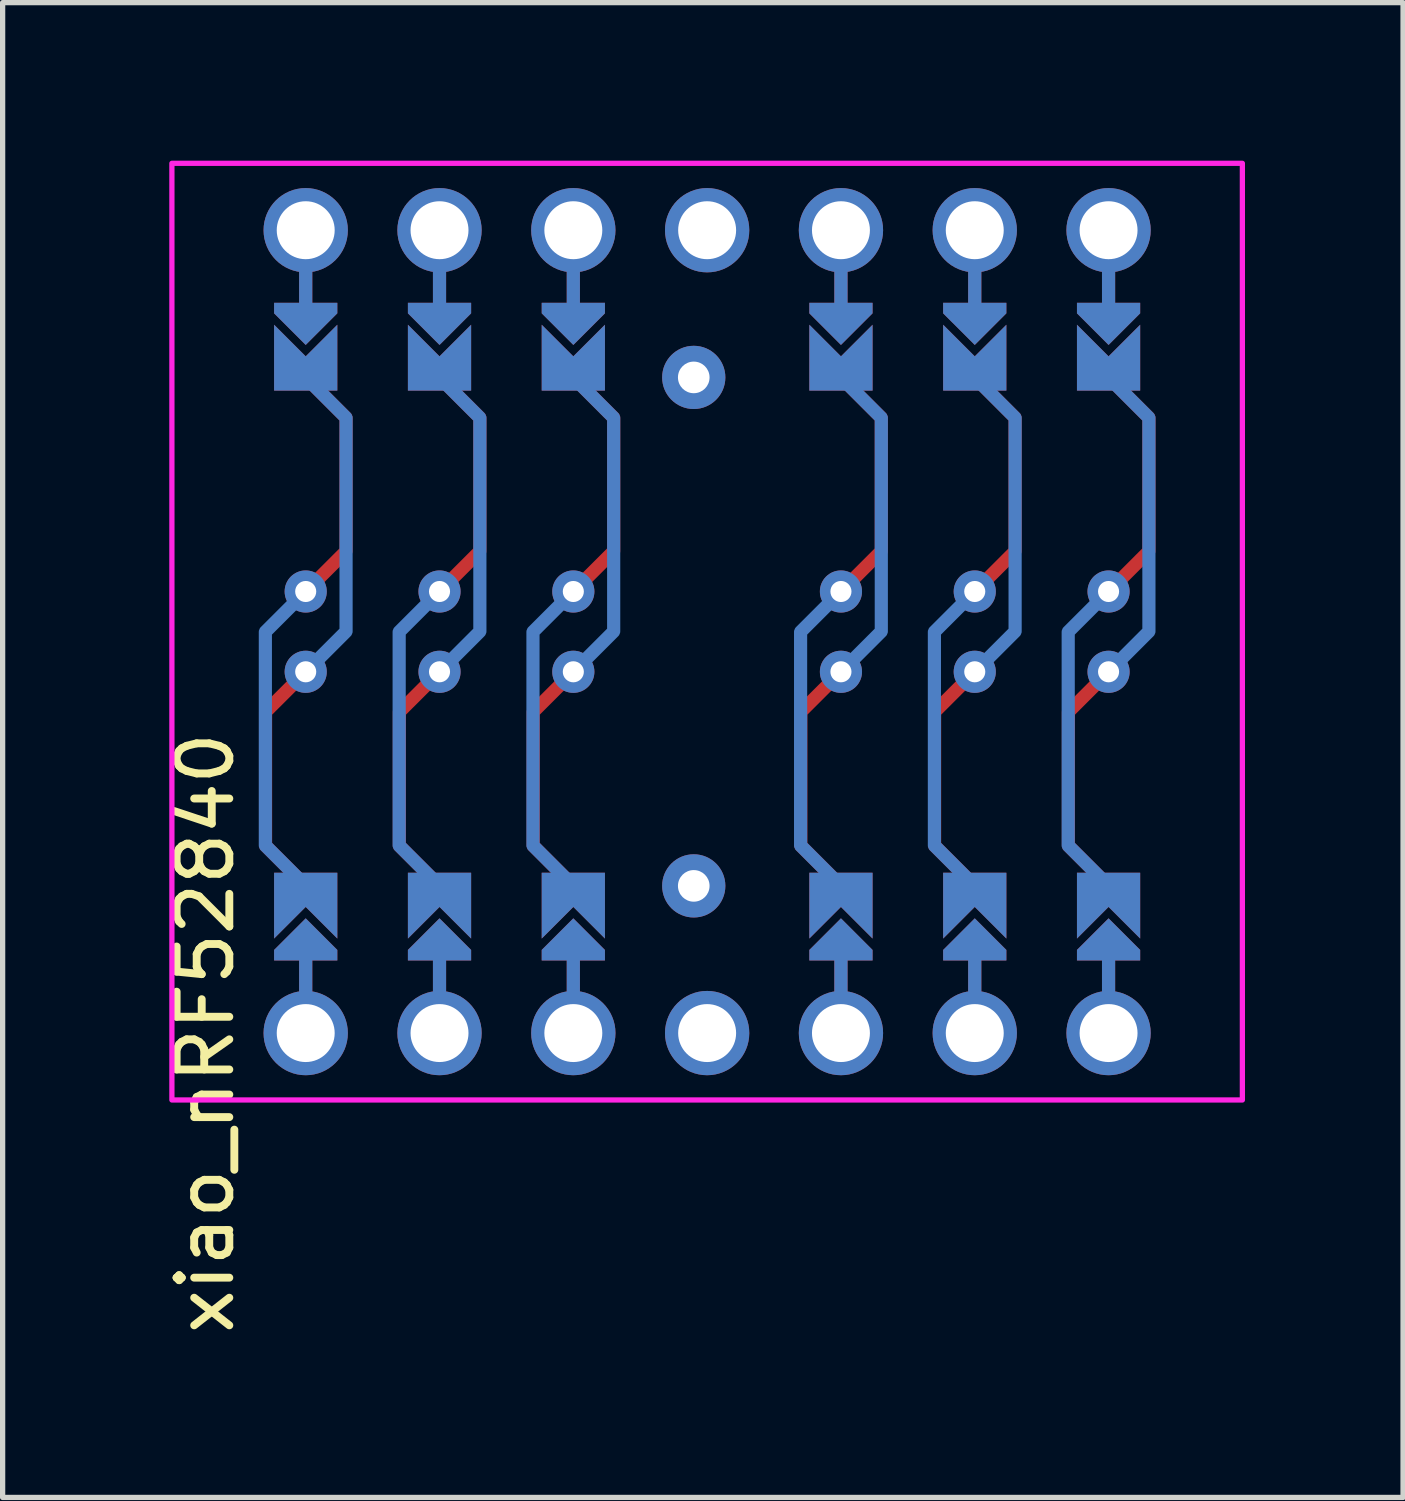
<source format=kicad_pcb>
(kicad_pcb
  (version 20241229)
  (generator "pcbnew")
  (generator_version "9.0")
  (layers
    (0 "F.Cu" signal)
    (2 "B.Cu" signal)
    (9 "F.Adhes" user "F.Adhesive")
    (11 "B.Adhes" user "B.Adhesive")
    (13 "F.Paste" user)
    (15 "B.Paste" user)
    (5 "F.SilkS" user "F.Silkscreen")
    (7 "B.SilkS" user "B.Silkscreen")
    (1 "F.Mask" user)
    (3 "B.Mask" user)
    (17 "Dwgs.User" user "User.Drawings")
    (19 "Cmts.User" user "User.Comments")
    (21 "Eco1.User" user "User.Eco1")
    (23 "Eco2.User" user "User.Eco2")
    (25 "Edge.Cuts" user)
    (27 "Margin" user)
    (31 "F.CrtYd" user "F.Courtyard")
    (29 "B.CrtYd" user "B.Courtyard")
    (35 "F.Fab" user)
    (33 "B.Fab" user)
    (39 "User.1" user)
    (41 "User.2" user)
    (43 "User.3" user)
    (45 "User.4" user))
  (footprint "xiao_nRF52840"
    (layer "F.Cu")
    (at 10.373 8.94)
    (property "Reference" "xiao_nRF52840" (at -9.525 7.62 90) (layer "F.SilkS") (effects (font (size 1 1) (thickness 0.15))))
    (attr through_hole)
    (fp_circle (center -7.62 -0.762) (end -7.495 -0.762) (stroke (width 0.25) (type solid)) (fill no) (layer "F.Mask"))
    (fp_circle (center -7.62 0.762) (end -7.495 0.762) (stroke (width 0.25) (type solid)) (fill no) (layer "F.Mask"))
    (fp_circle (center -5.08 -0.762) (end -4.955 -0.762) (stroke (width 0.25) (type solid)) (fill no) (layer "F.Mask"))
    (fp_circle (center -5.08 0.762) (end -4.955 0.762) (stroke (width 0.25) (type solid)) (fill no) (layer "F.Mask"))
    (fp_circle (center -2.54 -0.762) (end -2.415 -0.762) (stroke (width 0.25) (type solid)) (fill no) (layer "F.Mask"))
    (fp_circle (center -2.54 0.762) (end -2.415 0.762) (stroke (width 0.25) (type solid)) (fill no) (layer "F.Mask"))
    (fp_circle (center 2.54 -0.762) (end 2.665 -0.762) (stroke (width 0.25) (type solid)) (fill no) (layer "F.Mask"))
    (fp_circle (center 2.54 0.762) (end 2.665 0.762) (stroke (width 0.25) (type solid)) (fill no) (layer "F.Mask"))
    (fp_circle (center 5.08 -0.762) (end 5.205 -0.762) (stroke (width 0.25) (type solid)) (fill no) (layer "F.Mask"))
    (fp_circle (center 5.08 0.762) (end 5.205 0.762) (stroke (width 0.25) (type solid)) (fill no) (layer "F.Mask"))
    (fp_circle (center 7.62 -0.762) (end 7.745 -0.762) (stroke (width 0.25) (type solid)) (fill no) (layer "F.Mask"))
    (fp_circle (center 7.62 0.762) (end 7.745 0.762) (stroke (width 0.25) (type solid)) (fill no) (layer "F.Mask"))
    (fp_poly (pts (xy -8.128 5.08) (xy -7.112 5.08) (xy -7.112 6.096) (xy -8.128 6.096)) (stroke (width 0.1) (type solid)) (fill yes) (layer "F.Mask"))
    (fp_poly (pts (xy -7.112 -5.08) (xy -8.128 -5.08) (xy -8.128 -6.096) (xy -7.112 -6.096)) (stroke (width 0.1) (type solid)) (fill yes) (layer "F.Mask"))
    (fp_poly (pts (xy -5.588 5.08) (xy -4.572 5.08) (xy -4.572 6.096) (xy -5.588 6.096)) (stroke (width 0.1) (type solid)) (fill yes) (layer "F.Mask"))
    (fp_poly (pts (xy -4.572 -5.08) (xy -5.588 -5.08) (xy -5.588 -6.096) (xy -4.572 -6.096)) (stroke (width 0.1) (type solid)) (fill yes) (layer "F.Mask"))
    (fp_poly (pts (xy -3.048 5.08) (xy -2.032 5.08) (xy -2.032 6.096) (xy -3.048 6.096)) (stroke (width 0.1) (type solid)) (fill yes) (layer "F.Mask"))
    (fp_poly (pts (xy -2.032 -5.08) (xy -3.048 -5.08) (xy -3.048 -6.096) (xy -2.032 -6.096)) (stroke (width 0.1) (type solid)) (fill yes) (layer "F.Mask"))
    (fp_poly (pts (xy 2.032 5.08) (xy 3.048 5.08) (xy 3.048 6.096) (xy 2.032 6.096)) (stroke (width 0.1) (type solid)) (fill yes) (layer "F.Mask"))
    (fp_poly (pts (xy 3.048 -5.08) (xy 2.032 -5.08) (xy 2.032 -6.096) (xy 3.048 -6.096)) (stroke (width 0.1) (type solid)) (fill yes) (layer "F.Mask"))
    (fp_poly (pts (xy 4.572 5.08) (xy 5.588 5.08) (xy 5.588 6.096) (xy 4.572 6.096)) (stroke (width 0.1) (type solid)) (fill yes) (layer "F.Mask"))
    (fp_poly (pts (xy 5.588 -5.08) (xy 4.572 -5.08) (xy 4.572 -6.096) (xy 5.588 -6.096)) (stroke (width 0.1) (type solid)) (fill yes) (layer "F.Mask"))
    (fp_poly (pts (xy 7.112 5.08) (xy 8.128 5.08) (xy 8.128 6.096) (xy 7.112 6.096)) (stroke (width 0.1) (type solid)) (fill yes) (layer "F.Mask"))
    (fp_poly (pts (xy 8.128 -5.08) (xy 7.112 -5.08) (xy 7.112 -6.096) (xy 8.128 -6.096)) (stroke (width 0.1) (type solid)) (fill yes) (layer "F.Mask"))
    (fp_circle (center -7.62 -0.762) (end -7.495 -0.762) (stroke (width 0.25) (type solid)) (fill no) (layer "B.Mask"))
    (fp_circle (center -7.62 0.762) (end -7.495 0.762) (stroke (width 0.25) (type solid)) (fill no) (layer "B.Mask"))
    (fp_circle (center -5.08 -0.762) (end -4.955 -0.762) (stroke (width 0.25) (type solid)) (fill no) (layer "B.Mask"))
    (fp_circle (center -5.08 0.762) (end -4.955 0.762) (stroke (width 0.25) (type solid)) (fill no) (layer "B.Mask"))
    (fp_circle (center -2.54 -0.762) (end -2.415 -0.762) (stroke (width 0.25) (type solid)) (fill no) (layer "B.Mask"))
    (fp_circle (center -2.54 0.762) (end -2.415 0.762) (stroke (width 0.25) (type solid)) (fill no) (layer "B.Mask"))
    (fp_circle (center 2.54 -0.762) (end 2.665 -0.762) (stroke (width 0.25) (type solid)) (fill no) (layer "B.Mask"))
    (fp_circle (center 2.54 0.762) (end 2.665 0.762) (stroke (width 0.25) (type solid)) (fill no) (layer "B.Mask"))
    (fp_circle (center 5.08 -0.762) (end 5.205 -0.762) (stroke (width 0.25) (type solid)) (fill no) (layer "B.Mask"))
    (fp_circle (center 5.08 0.762) (end 5.205 0.762) (stroke (width 0.25) (type solid)) (fill no) (layer "B.Mask"))
    (fp_circle (center 7.62 -0.762) (end 7.745 -0.762) (stroke (width 0.25) (type solid)) (fill no) (layer "B.Mask"))
    (fp_circle (center 7.62 0.762) (end 7.745 0.762) (stroke (width 0.25) (type solid)) (fill no) (layer "B.Mask"))
    (fp_poly (pts (xy -8.128 5.08) (xy -7.112 5.08) (xy -7.112 6.096) (xy -8.128 6.096)) (stroke (width 0.1) (type solid)) (fill yes) (layer "B.Mask"))
    (fp_poly (pts (xy -7.112 -5.08) (xy -8.128 -5.08) (xy -8.128 -6.096) (xy -7.112 -6.096)) (stroke (width 0.1) (type solid)) (fill yes) (layer "B.Mask"))
    (fp_poly (pts (xy -5.588 5.08) (xy -4.572 5.08) (xy -4.572 6.096) (xy -5.588 6.096)) (stroke (width 0.1) (type solid)) (fill yes) (layer "B.Mask"))
    (fp_poly (pts (xy -4.572 -5.08) (xy -5.588 -5.08) (xy -5.588 -6.096) (xy -4.572 -6.096)) (stroke (width 0.1) (type solid)) (fill yes) (layer "B.Mask"))
    (fp_poly (pts (xy -3.048 5.08) (xy -2.032 5.08) (xy -2.032 6.096) (xy -3.048 6.096)) (stroke (width 0.1) (type solid)) (fill yes) (layer "B.Mask"))
    (fp_poly (pts (xy -2.032 -5.08) (xy -3.048 -5.08) (xy -3.048 -6.096) (xy -2.032 -6.096)) (stroke (width 0.1) (type solid)) (fill yes) (layer "B.Mask"))
    (fp_poly (pts (xy 2.032 5.08) (xy 3.048 5.08) (xy 3.048 6.096) (xy 2.032 6.096)) (stroke (width 0.1) (type solid)) (fill yes) (layer "B.Mask"))
    (fp_poly (pts (xy 3.048 -5.08) (xy 2.032 -5.08) (xy 2.032 -6.096) (xy 3.048 -6.096)) (stroke (width 0.1) (type solid)) (fill yes) (layer "B.Mask"))
    (fp_poly (pts (xy 4.572 5.08) (xy 5.588 5.08) (xy 5.588 6.096) (xy 4.572 6.096)) (stroke (width 0.1) (type solid)) (fill yes) (layer "B.Mask"))
    (fp_poly (pts (xy 5.588 -5.08) (xy 4.572 -5.08) (xy 4.572 -6.096) (xy 5.588 -6.096)) (stroke (width 0.1) (type solid)) (fill yes) (layer "B.Mask"))
    (fp_poly (pts (xy 7.112 5.08) (xy 8.128 5.08) (xy 8.128 6.096) (xy 7.112 6.096)) (stroke (width 0.1) (type solid)) (fill yes) (layer "B.Mask"))
    (fp_poly (pts (xy 8.128 -5.08) (xy 7.112 -5.08) (xy 7.112 -6.096) (xy 8.128 -6.096)) (stroke (width 0.1) (type solid)) (fill yes) (layer "B.Mask"))
    (fp_rect (start -10.16 -8.89) (end 10.16 8.89) (stroke (width 0.1) (type default)) (fill no) (layer "F.CrtYd"))
    (pad "" thru_hole circle (at -7.62 -7.62) (size 1.6 1.6) (drill 1.1) (layers "*.Cu" "B.Mask"))
    (pad "" smd custom (at -7.62 -6.35) (size 0.25 1) (layers "F.Cu") (options (anchor rect)) (primitives))
    (pad "" smd custom (at -7.62 -6.35) (size 0.25 1) (layers "B.Cu") (options (anchor rect)) (primitives))
    (pad "" smd custom (at -7.62 -5.842) (size 0.1 0.1) (layers "F.Cu" "F.Mask") (options (anchor rect)) (primitives (gr_poly (pts (xy 0.6 -0.4) (xy -0.6 -0.4) (xy -0.6 -0.2) (xy 0 0.4) (xy 0.6 -0.2)) (width 0) (fill yes))))
    (pad "" smd custom (at -7.62 -5.842) (size 0.1 0.1) (layers "B.Cu" "B.Mask") (options (anchor rect)) (primitives (gr_poly (pts (xy 0.6 -0.4) (xy -0.6 -0.4) (xy -0.6 -0.2) (xy 0 0.4) (xy 0.6 -0.2)) (width 0) (fill yes))))
    (pad "" smd custom (at -7.62 5.842 180) (size 0.1 0.1) (layers "F.Cu" "F.Mask") (options (anchor rect)) (primitives (gr_poly (pts (xy 0.6 -0.4) (xy -0.6 -0.4) (xy -0.6 -0.2) (xy 0 0.4) (xy 0.6 -0.2)) (width 0) (fill yes))))
    (pad "" smd custom (at -7.62 5.842 180) (size 0.1 0.1) (layers "B.Cu" "B.Mask") (options (anchor rect)) (primitives (gr_poly (pts (xy 0.6 -0.4) (xy -0.6 -0.4) (xy -0.6 -0.2) (xy 0 0.4) (xy 0.6 -0.2)) (width 0) (fill yes))))
    (pad "" smd custom (at -7.62 6.35 180) (size 0.25 1) (layers "F.Cu") (options (anchor rect)) (primitives))
    (pad "" smd custom (at -7.62 6.35 180) (size 0.25 1) (layers "B.Cu") (options (anchor rect)) (primitives))
    (pad "" thru_hole circle (at -7.62 7.62) (size 1.6 1.6) (drill 1.1) (layers "*.Cu" "*.Mask"))
    (pad "" thru_hole circle (at -5.08 -7.62) (size 1.6 1.6) (drill 1.1) (layers "*.Cu" "*.Mask"))
    (pad "" smd custom (at -5.08 -6.35) (size 0.25 1) (layers "F.Cu") (options (anchor rect)) (primitives))
    (pad "" smd custom (at -5.08 -6.35) (size 0.25 1) (layers "B.Cu") (options (anchor rect)) (primitives))
    (pad "" smd custom (at -5.08 -5.842) (size 0.1 0.1) (layers "F.Cu" "F.Mask") (options (anchor rect)) (primitives (gr_poly (pts (xy 0.6 -0.4) (xy -0.6 -0.4) (xy -0.6 -0.2) (xy 0 0.4) (xy 0.6 -0.2)) (width 0) (fill yes))))
    (pad "" smd custom (at -5.08 -5.842) (size 0.1 0.1) (layers "B.Cu" "B.Mask") (options (anchor rect)) (primitives (gr_poly (pts (xy 0.6 -0.4) (xy -0.6 -0.4) (xy -0.6 -0.2) (xy 0 0.4) (xy 0.6 -0.2)) (width 0) (fill yes))))
    (pad "" smd custom (at -5.08 5.842 180) (size 0.1 0.1) (layers "F.Cu" "F.Mask") (options (anchor rect)) (primitives (gr_poly (pts (xy 0.6 -0.4) (xy -0.6 -0.4) (xy -0.6 -0.2) (xy 0 0.4) (xy 0.6 -0.2)) (width 0) (fill yes))))
    (pad "" smd custom (at -5.08 5.842 180) (size 0.1 0.1) (layers "B.Cu" "B.Mask") (options (anchor rect)) (primitives (gr_poly (pts (xy 0.6 -0.4) (xy -0.6 -0.4) (xy -0.6 -0.2) (xy 0 0.4) (xy 0.6 -0.2)) (width 0) (fill yes))))
    (pad "" smd custom (at -5.08 6.35 180) (size 0.25 1) (layers "F.Cu") (options (anchor rect)) (primitives))
    (pad "" smd custom (at -5.08 6.35 180) (size 0.25 1) (layers "B.Cu") (options (anchor rect)) (primitives))
    (pad "" thru_hole circle (at -5.08 7.62) (size 1.6 1.6) (drill 1.1) (layers "*.Cu" "*.Mask"))
    (pad "" thru_hole circle (at -2.54 -7.62) (size 1.6 1.6) (drill 1.1) (layers "*.Cu" "*.Mask"))
    (pad "" smd custom (at -2.54 -6.35) (size 0.25 1) (layers "F.Cu") (options (anchor rect)) (primitives))
    (pad "" smd custom (at -2.54 -6.35) (size 0.25 1) (layers "B.Cu") (options (anchor rect)) (primitives))
    (pad "" smd custom (at -2.54 -5.842) (size 0.1 0.1) (layers "F.Cu" "F.Mask") (options (anchor rect)) (primitives (gr_poly (pts (xy 0.6 -0.4) (xy -0.6 -0.4) (xy -0.6 -0.2) (xy 0 0.4) (xy 0.6 -0.2)) (width 0) (fill yes))))
    (pad "" smd custom (at -2.54 -5.842) (size 0.1 0.1) (layers "B.Cu" "B.Mask") (options (anchor rect)) (primitives (gr_poly (pts (xy 0.6 -0.4) (xy -0.6 -0.4) (xy -0.6 -0.2) (xy 0 0.4) (xy 0.6 -0.2)) (width 0) (fill yes))))
    (pad "" smd custom (at -2.54 5.842 180) (size 0.1 0.1) (layers "F.Cu" "F.Mask") (options (anchor rect)) (primitives (gr_poly (pts (xy 0.6 -0.4) (xy -0.6 -0.4) (xy -0.6 -0.2) (xy 0 0.4) (xy 0.6 -0.2)) (width 0) (fill yes))))
    (pad "" smd custom (at -2.54 5.842 180) (size 0.1 0.1) (layers "B.Cu" "B.Mask") (options (anchor rect)) (primitives (gr_poly (pts (xy 0.6 -0.4) (xy -0.6 -0.4) (xy -0.6 -0.2) (xy 0 0.4) (xy 0.6 -0.2)) (width 0) (fill yes))))
    (pad "" smd custom (at -2.54 6.35 180) (size 0.25 1) (layers "F.Cu") (options (anchor rect)) (primitives))
    (pad "" smd custom (at -2.54 6.35 180) (size 0.25 1) (layers "B.Cu") (options (anchor rect)) (primitives))
    (pad "" thru_hole circle (at -2.54 7.62) (size 1.6 1.6) (drill 1.1) (layers "*.Cu" "*.Mask"))
    (pad "" thru_hole circle (at 0 -7.62) (size 1.6 1.6) (drill 1.1) (layers "*.Cu" "*.Mask"))
    (pad "" thru_hole circle (at 0 7.62) (size 1.6 1.6) (drill 1.1) (layers "*.Cu" "*.Mask"))
    (pad "" thru_hole circle (at 2.54 -7.62) (size 1.6 1.6) (drill 1.1) (layers "*.Cu" "*.Mask"))
    (pad "" smd custom (at 2.54 -6.35) (size 0.25 1) (layers "F.Cu") (options (anchor rect)) (primitives))
    (pad "" smd custom (at 2.54 -6.35) (size 0.25 1) (layers "B.Cu") (options (anchor rect)) (primitives))
    (pad "" smd custom (at 2.54 -5.842) (size 0.1 0.1) (layers "F.Cu" "F.Mask") (options (anchor rect)) (primitives (gr_poly (pts (xy 0.6 -0.4) (xy -0.6 -0.4) (xy -0.6 -0.2) (xy 0 0.4) (xy 0.6 -0.2)) (width 0) (fill yes))))
    (pad "" smd custom (at 2.54 -5.842) (size 0.1 0.1) (layers "B.Cu" "B.Mask") (options (anchor rect)) (primitives (gr_poly (pts (xy 0.6 -0.4) (xy -0.6 -0.4) (xy -0.6 -0.2) (xy 0 0.4) (xy 0.6 -0.2)) (width 0) (fill yes))))
    (pad "" smd custom (at 2.54 5.842 180) (size 0.1 0.1) (layers "F.Cu" "F.Mask") (options (anchor rect)) (primitives (gr_poly (pts (xy 0.6 -0.4) (xy -0.6 -0.4) (xy -0.6 -0.2) (xy 0 0.4) (xy 0.6 -0.2)) (width 0) (fill yes))))
    (pad "" smd custom (at 2.54 5.842 180) (size 0.1 0.1) (layers "B.Cu" "B.Mask") (options (anchor rect)) (primitives (gr_poly (pts (xy 0.6 -0.4) (xy -0.6 -0.4) (xy -0.6 -0.2) (xy 0 0.4) (xy 0.6 -0.2)) (width 0) (fill yes))))
    (pad "" smd custom (at 2.54 6.35 180) (size 0.25 1) (layers "F.Cu") (options (anchor rect)) (primitives))
    (pad "" smd custom (at 2.54 6.35 180) (size 0.25 1) (layers "B.Cu") (options (anchor rect)) (primitives))
    (pad "" thru_hole circle (at 2.54 7.62) (size 1.6 1.6) (drill 1.1) (layers "*.Cu" "*.Mask"))
    (pad "" thru_hole circle (at 5.08 -7.62) (size 1.6 1.6) (drill 1.1) (layers "*.Cu" "*.Mask"))
    (pad "" smd custom (at 5.08 -6.35) (size 0.25 1) (layers "F.Cu") (options (anchor rect)) (primitives))
    (pad "" smd custom (at 5.08 -6.35) (size 0.25 1) (layers "B.Cu") (options (anchor rect)) (primitives))
    (pad "" smd custom (at 5.08 -5.842) (size 0.1 0.1) (layers "F.Cu" "F.Mask") (options (anchor rect)) (primitives (gr_poly (pts (xy 0.6 -0.4) (xy -0.6 -0.4) (xy -0.6 -0.2) (xy 0 0.4) (xy 0.6 -0.2)) (width 0) (fill yes))))
    (pad "" smd custom (at 5.08 -5.842) (size 0.1 0.1) (layers "B.Cu" "B.Mask") (options (anchor rect)) (primitives (gr_poly (pts (xy 0.6 -0.4) (xy -0.6 -0.4) (xy -0.6 -0.2) (xy 0 0.4) (xy 0.6 -0.2)) (width 0) (fill yes))))
    (pad "" smd custom (at 5.08 5.842 180) (size 0.1 0.1) (layers "F.Cu" "F.Mask") (options (anchor rect)) (primitives (gr_poly (pts (xy 0.6 -0.4) (xy -0.6 -0.4) (xy -0.6 -0.2) (xy 0 0.4) (xy 0.6 -0.2)) (width 0) (fill yes))))
    (pad "" smd custom (at 5.08 5.842 180) (size 0.1 0.1) (layers "B.Cu" "B.Mask") (options (anchor rect)) (primitives (gr_poly (pts (xy 0.6 -0.4) (xy -0.6 -0.4) (xy -0.6 -0.2) (xy 0 0.4) (xy 0.6 -0.2)) (width 0) (fill yes))))
    (pad "" smd custom (at 5.08 6.35 180) (size 0.25 1) (layers "F.Cu") (options (anchor rect)) (primitives))
    (pad "" smd custom (at 5.08 6.35 180) (size 0.25 1) (layers "B.Cu") (options (anchor rect)) (primitives))
    (pad "" thru_hole circle (at 5.08 7.62) (size 1.6 1.6) (drill 1.1) (layers "*.Cu" "*.Mask"))
    (pad "" thru_hole circle (at 7.62 -7.62) (size 1.6 1.6) (drill 1.1) (layers "*.Cu" "*.Mask"))
    (pad "" smd custom (at 7.62 -6.35) (size 0.25 1) (layers "F.Cu") (options (anchor rect)) (primitives))
    (pad "" smd custom (at 7.62 -6.35) (size 0.25 1) (layers "B.Cu") (options (anchor rect)) (primitives))
    (pad "" smd custom (at 7.62 -5.842) (size 0.1 0.1) (layers "F.Cu" "F.Mask") (options (anchor rect)) (primitives (gr_poly (pts (xy 0.6 -0.4) (xy -0.6 -0.4) (xy -0.6 -0.2) (xy 0 0.4) (xy 0.6 -0.2)) (width 0) (fill yes))))
    (pad "" smd custom (at 7.62 -5.842) (size 0.1 0.1) (layers "B.Cu" "B.Mask") (options (anchor rect)) (primitives (gr_poly (pts (xy 0.6 -0.4) (xy -0.6 -0.4) (xy -0.6 -0.2) (xy 0 0.4) (xy 0.6 -0.2)) (width 0) (fill yes))))
    (pad "" smd custom (at 7.62 5.842 180) (size 0.1 0.1) (layers "F.Cu" "F.Mask") (options (anchor rect)) (primitives (gr_poly (pts (xy 0.6 -0.4) (xy -0.6 -0.4) (xy -0.6 -0.2) (xy 0 0.4) (xy 0.6 -0.2)) (width 0) (fill yes))))
    (pad "" smd custom (at 7.62 5.842 180) (size 0.1 0.1) (layers "B.Cu" "B.Mask") (options (anchor rect)) (primitives (gr_poly (pts (xy 0.6 -0.4) (xy -0.6 -0.4) (xy -0.6 -0.2) (xy 0 0.4) (xy 0.6 -0.2)) (width 0) (fill yes))))
    (pad "" smd custom (at 7.62 6.35 180) (size 0.25 1) (layers "F.Cu") (options (anchor rect)) (primitives))
    (pad "" smd custom (at 7.62 6.35 180) (size 0.25 1) (layers "B.Cu") (options (anchor rect)) (primitives))
    (pad "" thru_hole circle (at 7.62 7.62) (size 1.6 1.6) (drill 1.1) (layers "*.Cu" "*.Mask"))
    (pad "1" smd custom (at -7.62 -4.826) (size 1.2 0.5) (layers "B.Cu" "B.Mask") (options (anchor rect)) (primitives (gr_poly (pts (xy 0.6 0) (xy -0.6 0) (xy -0.6 -1) (xy 0 -0.4) (xy 0.6 -1)) (width 0) (fill yes))))
    (pad "1" smd custom (at -7.62 0.762 180) (size 0.25 0.25) (layers "F.Cu") (options (anchor circle)) (primitives (gr_line (start 0 0) (end 0.762 -0.762) (width 0.25)) (gr_line (start 0.762 -0.762) (end 0.762 -3.302) (width 0.25)) (gr_line (start 0.762 -3.302) (end 0 -4.064) (width 0.25))))
    (pad "1" smd custom (at -7.62 0.762 180) (size 0.25 0.25) (layers "B.Cu") (options (anchor circle)) (primitives (gr_line (start 0 0) (end -0.766 0.766) (width 0.25)) (gr_line (start -0.766 0.766) (end -0.766 4.822) (width 0.25)) (gr_line (start -0.766 4.822) (end 0 5.588) (width 0.25))))
    (pad "1" thru_hole circle (at -7.62 0.762 180) (size 0.8 0.8) (drill 0.4) (layers "*.Cu"))
    (pad "1" smd custom (at -7.62 4.826 180) (size 1.2 0.5) (layers "F.Cu" "F.Mask") (options (anchor rect)) (primitives (gr_poly (pts (xy 0.6 0) (xy -0.6 0) (xy -0.6 -1) (xy 0 -0.4) (xy 0.6 -1)) (width 0) (fill yes))))
    (pad "2" smd custom (at -5.08 -4.826) (size 1.2 0.5) (layers "B.Cu" "B.Mask") (options (anchor rect)) (primitives (gr_poly (pts (xy 0.6 0) (xy -0.6 0) (xy -0.6 -1) (xy 0 -0.4) (xy 0.6 -1)) (width 0) (fill yes))))
    (pad "2" smd custom (at -5.08 0.762 180) (size 0.25 0.25) (layers "F.Cu") (options (anchor circle)) (primitives (gr_line (start 0 0) (end 0.762 -0.762) (width 0.25)) (gr_line (start 0.762 -0.762) (end 0.762 -3.302) (width 0.25)) (gr_line (start 0.762 -3.302) (end 0 -4.064) (width 0.25))))
    (pad "2" smd custom (at -5.08 0.762 180) (size 0.25 0.25) (layers "B.Cu") (options (anchor circle)) (primitives (gr_line (start 0 0) (end -0.766 0.766) (width 0.25)) (gr_line (start -0.766 0.766) (end -0.766 4.822) (width 0.25)) (gr_line (start -0.766 4.822) (end 0 5.588) (width 0.25))))
    (pad "2" thru_hole circle (at -5.08 0.762 180) (size 0.8 0.8) (drill 0.4) (layers "*.Cu"))
    (pad "2" smd custom (at -5.08 4.826 180) (size 1.2 0.5) (layers "F.Cu" "F.Mask") (options (anchor rect)) (primitives (gr_poly (pts (xy 0.6 0) (xy -0.6 0) (xy -0.6 -1) (xy 0 -0.4) (xy 0.6 -1)) (width 0) (fill yes))))
    (pad "3" smd custom (at -2.54 -4.826) (size 1.2 0.5) (layers "B.Cu" "B.Mask") (options (anchor rect)) (primitives (gr_poly (pts (xy 0.6 0) (xy -0.6 0) (xy -0.6 -1) (xy 0 -0.4) (xy 0.6 -1)) (width 0) (fill yes))))
    (pad "3" smd custom (at -2.54 0.762 180) (size 0.25 0.25) (layers "F.Cu") (options (anchor circle)) (primitives (gr_line (start 0 0) (end 0.762 -0.762) (width 0.25)) (gr_line (start 0.762 -0.762) (end 0.762 -3.302) (width 0.25)) (gr_line (start 0.762 -3.302) (end 0 -4.064) (width 0.25))))
    (pad "3" smd custom (at -2.54 0.762 180) (size 0.25 0.25) (layers "B.Cu") (options (anchor circle)) (primitives (gr_line (start 0 0) (end -0.766 0.766) (width 0.25)) (gr_line (start -0.766 0.766) (end -0.766 4.822) (width 0.25)) (gr_line (start -0.766 4.822) (end 0 5.588) (width 0.25))))
    (pad "3" thru_hole circle (at -2.54 0.762 180) (size 0.8 0.8) (drill 0.4) (layers "*.Cu"))
    (pad "3" smd custom (at -2.54 4.826 180) (size 1.2 0.5) (layers "F.Cu" "F.Mask") (options (anchor rect)) (primitives (gr_poly (pts (xy 0.6 0) (xy -0.6 0) (xy -0.6 -1) (xy 0 -0.4) (xy 0.6 -1)) (width 0) (fill yes))))
    (pad "5" smd custom (at 2.54 -4.826) (size 1.2 0.5) (layers "B.Cu" "B.Mask") (options (anchor rect)) (primitives (gr_poly (pts (xy 0.6 0) (xy -0.6 0) (xy -0.6 -1) (xy 0 -0.4) (xy 0.6 -1)) (width 0) (fill yes))))
    (pad "5" smd custom (at 2.54 0.762 180) (size 0.25 0.25) (layers "F.Cu") (options (anchor circle)) (primitives (gr_line (start 0 0) (end 0.762 -0.762) (width 0.25)) (gr_line (start 0.762 -0.762) (end 0.762 -3.302) (width 0.25)) (gr_line (start 0.762 -3.302) (end 0 -4.064) (width 0.25))))
    (pad "5" smd custom (at 2.54 0.762 180) (size 0.25 0.25) (layers "B.Cu") (options (anchor circle)) (primitives (gr_line (start 0 0) (end -0.766 0.766) (width 0.25)) (gr_line (start -0.766 0.766) (end -0.766 4.822) (width 0.25)) (gr_line (start -0.766 4.822) (end 0 5.588) (width 0.25))))
    (pad "5" thru_hole circle (at 2.54 0.762 180) (size 0.8 0.8) (drill 0.4) (layers "*.Cu"))
    (pad "5" smd custom (at 2.54 4.826 180) (size 1.2 0.5) (layers "F.Cu" "F.Mask") (options (anchor rect)) (primitives (gr_poly (pts (xy 0.6 0) (xy -0.6 0) (xy -0.6 -1) (xy 0 -0.4) (xy 0.6 -1)) (width 0) (fill yes))))
    (pad "6" smd custom (at 5.08 -4.826) (size 1.2 0.5) (layers "B.Cu" "B.Mask") (options (anchor rect)) (primitives (gr_poly (pts (xy 0.6 0) (xy -0.6 0) (xy -0.6 -1) (xy 0 -0.4) (xy 0.6 -1)) (width 0) (fill yes))))
    (pad "6" smd custom (at 5.08 0.762 180) (size 0.25 0.25) (layers "F.Cu") (options (anchor circle)) (primitives (gr_line (start 0 0) (end 0.762 -0.762) (width 0.25)) (gr_line (start 0.762 -0.762) (end 0.762 -3.302) (width 0.25)) (gr_line (start 0.762 -3.302) (end 0 -4.064) (width 0.25))))
    (pad "6" smd custom (at 5.08 0.762 180) (size 0.25 0.25) (layers "B.Cu") (options (anchor circle)) (primitives (gr_line (start 0 0) (end -0.766 0.766) (width 0.25)) (gr_line (start -0.766 0.766) (end -0.766 4.822) (width 0.25)) (gr_line (start -0.766 4.822) (end 0 5.588) (width 0.25))))
    (pad "6" thru_hole circle (at 5.08 0.762 180) (size 0.8 0.8) (drill 0.4) (layers "*.Cu"))
    (pad "6" smd custom (at 5.08 4.826 180) (size 1.2 0.5) (layers "F.Cu" "F.Mask") (options (anchor rect)) (primitives (gr_poly (pts (xy 0.6 0) (xy -0.6 0) (xy -0.6 -1) (xy 0 -0.4) (xy 0.6 -1)) (width 0) (fill yes))))
    (pad "7" smd custom (at 7.62 -4.826) (size 1.2 0.5) (layers "B.Cu" "B.Mask") (options (anchor rect)) (primitives (gr_poly (pts (xy 0.6 0) (xy -0.6 0) (xy -0.6 -1) (xy 0 -0.4) (xy 0.6 -1)) (width 0) (fill yes))))
    (pad "7" smd custom (at 7.62 0.762 180) (size 0.25 0.25) (layers "F.Cu") (options (anchor circle)) (primitives (gr_line (start 0 0) (end 0.762 -0.762) (width 0.25)) (gr_line (start 0.762 -0.762) (end 0.762 -3.302) (width 0.25)) (gr_line (start 0.762 -3.302) (end 0 -4.064) (width 0.25))))
    (pad "7" smd custom (at 7.62 0.762 180) (size 0.25 0.25) (layers "B.Cu") (options (anchor circle)) (primitives (gr_line (start 0 0) (end -0.766 0.766) (width 0.25)) (gr_line (start -0.766 0.766) (end -0.766 4.822) (width 0.25)) (gr_line (start -0.766 4.822) (end 0 5.588) (width 0.25))))
    (pad "7" thru_hole circle (at 7.62 0.762 180) (size 0.8 0.8) (drill 0.4) (layers "*.Cu"))
    (pad "7" smd custom (at 7.62 4.826 180) (size 1.2 0.5) (layers "F.Cu" "F.Mask") (options (anchor rect)) (primitives (gr_poly (pts (xy 0.6 0) (xy -0.6 0) (xy -0.6 -1) (xy 0 -0.4) (xy 0.6 -1)) (width 0) (fill yes))))
    (pad "8" smd custom (at 7.62 -4.826) (size 1.2 0.5) (layers "F.Cu" "F.Mask") (options (anchor rect)) (primitives (gr_poly (pts (xy 0.6 0) (xy -0.6 0) (xy -0.6 -1) (xy 0 -0.4) (xy 0.6 -1)) (width 0) (fill yes))))
    (pad "8" smd custom (at 7.62 -0.762) (size 0.25 0.25) (layers "F.Cu") (options (anchor circle)) (primitives (gr_line (start 0 0) (end 0.766 -0.766) (width 0.25)) (gr_line (start 0.766 -0.766) (end 0.766 -3.298) (width 0.25)) (gr_line (start 0.766 -3.298) (end 0 -4.064) (width 0.25))))
    (pad "8" smd custom (at 7.62 -0.762) (size 0.25 0.25) (layers "B.Cu") (options (anchor circle)) (primitives (gr_line (start 0 0) (end -0.766 0.766) (width 0.25)) (gr_line (start -0.766 0.766) (end -0.766 4.822) (width 0.25)) (gr_line (start -0.766 4.822) (end 0 5.588) (width 0.25))))
    (pad "8" thru_hole circle (at 7.62 -0.762 180) (size 0.8 0.8) (drill 0.4) (layers "*.Cu"))
    (pad "8" smd custom (at 7.62 4.826 180) (size 1.2 0.5) (layers "B.Cu" "B.Mask") (options (anchor rect)) (primitives (gr_poly (pts (xy 0.6 0) (xy -0.6 0) (xy -0.6 -1) (xy 0 -0.4) (xy 0.6 -1)) (width 0) (fill yes))))
    (pad "9" smd custom (at 5.08 -4.826) (size 1.2 0.5) (layers "F.Cu" "F.Mask") (options (anchor rect)) (primitives (gr_poly (pts (xy 0.6 0) (xy -0.6 0) (xy -0.6 -1) (xy 0 -0.4) (xy 0.6 -1)) (width 0) (fill yes))))
    (pad "9" smd custom (at 5.08 -0.762) (size 0.25 0.25) (layers "F.Cu") (options (anchor circle)) (primitives (gr_line (start 0 0) (end 0.766 -0.766) (width 0.25)) (gr_line (start 0.766 -0.766) (end 0.766 -3.298) (width 0.25)) (gr_line (start 0.766 -3.298) (end 0 -4.064) (width 0.25))))
    (pad "9" smd custom (at 5.08 -0.762) (size 0.25 0.25) (layers "B.Cu") (options (anchor circle)) (primitives (gr_line (start 0 0) (end -0.766 0.766) (width 0.25)) (gr_line (start -0.766 0.766) (end -0.766 4.822) (width 0.25)) (gr_line (start -0.766 4.822) (end 0 5.588) (width 0.25))))
    (pad "9" thru_hole circle (at 5.08 -0.762 180) (size 0.8 0.8) (drill 0.4) (layers "*.Cu"))
    (pad "9" smd custom (at 5.08 4.826 180) (size 1.2 0.5) (layers "B.Cu" "B.Mask") (options (anchor rect)) (primitives (gr_poly (pts (xy 0.6 0) (xy -0.6 0) (xy -0.6 -1) (xy 0 -0.4) (xy 0.6 -1)) (width 0) (fill yes))))
    (pad "10" smd custom (at 2.54 -4.826) (size 1.2 0.5) (layers "F.Cu" "F.Mask") (options (anchor rect)) (primitives (gr_poly (pts (xy 0.6 0) (xy -0.6 0) (xy -0.6 -1) (xy 0 -0.4) (xy 0.6 -1)) (width 0) (fill yes))))
    (pad "10" smd custom (at 2.54 -0.762) (size 0.25 0.25) (layers "F.Cu") (options (anchor circle)) (primitives (gr_line (start 0 0) (end 0.766 -0.766) (width 0.25)) (gr_line (start 0.766 -0.766) (end 0.766 -3.298) (width 0.25)) (gr_line (start 0.766 -3.298) (end 0 -4.064) (width 0.25))))
    (pad "10" smd custom (at 2.54 -0.762) (size 0.25 0.25) (layers "B.Cu") (options (anchor circle)) (primitives (gr_line (start 0 0) (end -0.766 0.766) (width 0.25)) (gr_line (start -0.766 0.766) (end -0.766 4.822) (width 0.25)) (gr_line (start -0.766 4.822) (end 0 5.588) (width 0.25))))
    (pad "10" thru_hole circle (at 2.54 -0.762 180) (size 0.8 0.8) (drill 0.4) (layers "*.Cu"))
    (pad "10" smd custom (at 2.54 4.826 180) (size 1.2 0.5) (layers "B.Cu" "B.Mask") (options (anchor rect)) (primitives (gr_poly (pts (xy 0.6 0) (xy -0.6 0) (xy -0.6 -1) (xy 0 -0.4) (xy 0.6 -1)) (width 0) (fill yes))))
    (pad "12" smd custom (at -2.54 -4.826) (size 1.2 0.5) (layers "F.Cu" "F.Mask") (options (anchor rect)) (primitives (gr_poly (pts (xy 0.6 0) (xy -0.6 0) (xy -0.6 -1) (xy 0 -0.4) (xy 0.6 -1)) (width 0) (fill yes))))
    (pad "12" smd custom (at -2.54 -0.762) (size 0.25 0.25) (layers "F.Cu") (options (anchor circle)) (primitives (gr_line (start 0 0) (end 0.766 -0.766) (width 0.25)) (gr_line (start 0.766 -0.766) (end 0.766 -3.298) (width 0.25)) (gr_line (start 0.766 -3.298) (end 0 -4.064) (width 0.25))))
    (pad "12" smd custom (at -2.54 -0.762) (size 0.25 0.25) (layers "B.Cu") (options (anchor circle)) (primitives (gr_line (start 0 0) (end -0.766 0.766) (width 0.25)) (gr_line (start -0.766 0.766) (end -0.766 4.822) (width 0.25)) (gr_line (start -0.766 4.822) (end 0 5.588) (width 0.25))))
    (pad "12" thru_hole circle (at -2.54 -0.762 180) (size 0.8 0.8) (drill 0.4) (layers "*.Cu"))
    (pad "12" smd custom (at -2.54 4.826 180) (size 1.2 0.5) (layers "B.Cu" "B.Mask") (options (anchor rect)) (primitives (gr_poly (pts (xy 0.6 0) (xy -0.6 0) (xy -0.6 -1) (xy 0 -0.4) (xy 0.6 -1)) (width 0) (fill yes))))
    (pad "13" smd custom (at -5.08 -4.826) (size 1.2 0.5) (layers "F.Cu" "F.Mask") (options (anchor rect)) (primitives (gr_poly (pts (xy 0.6 0) (xy -0.6 0) (xy -0.6 -1) (xy 0 -0.4) (xy 0.6 -1)) (width 0) (fill yes))))
    (pad "13" smd custom (at -5.08 -0.762) (size 0.25 0.25) (layers "F.Cu") (options (anchor circle)) (primitives (gr_line (start 0 0) (end 0.766 -0.766) (width 0.25)) (gr_line (start 0.766 -0.766) (end 0.766 -3.298) (width 0.25)) (gr_line (start 0.766 -3.298) (end 0 -4.064) (width 0.25))))
    (pad "13" smd custom (at -5.08 -0.762) (size 0.25 0.25) (layers "B.Cu") (options (anchor circle)) (primitives (gr_line (start 0 0) (end -0.766 0.766) (width 0.25)) (gr_line (start -0.766 0.766) (end -0.766 4.822) (width 0.25)) (gr_line (start -0.766 4.822) (end 0 5.588) (width 0.25))))
    (pad "13" thru_hole circle (at -5.08 -0.762 180) (size 0.8 0.8) (drill 0.4) (layers "*.Cu"))
    (pad "13" smd custom (at -5.08 4.826 180) (size 1.2 0.5) (layers "B.Cu" "B.Mask") (options (anchor rect)) (primitives (gr_poly (pts (xy 0.6 0) (xy -0.6 0) (xy -0.6 -1) (xy 0 -0.4) (xy 0.6 -1)) (width 0) (fill yes))))
    (pad "14" smd custom (at -7.62 -4.826) (size 1.2 0.5) (layers "F.Cu" "F.Mask") (options (anchor rect)) (primitives (gr_poly (pts (xy 0.6 0) (xy -0.6 0) (xy -0.6 -1) (xy 0 -0.4) (xy 0.6 -1)) (width 0) (fill yes))))
    (pad "14" smd custom (at -7.62 -0.762) (size 0.25 0.25) (layers "F.Cu") (options (anchor circle)) (primitives (gr_line (start 0 0) (end 0.766 -0.766) (width 0.25)) (gr_line (start 0.766 -0.766) (end 0.766 -3.298) (width 0.25)) (gr_line (start 0.766 -3.298) (end 0 -4.064) (width 0.25))))
    (pad "14" smd custom (at -7.62 -0.762) (size 0.25 0.25) (layers "B.Cu") (options (anchor circle)) (primitives (gr_line (start 0 0) (end -0.766 0.766) (width 0.25)) (gr_line (start -0.766 0.766) (end -0.766 4.822) (width 0.25)) (gr_line (start -0.766 4.822) (end 0 5.588) (width 0.25))))
    (pad "14" thru_hole circle (at -7.62 -0.762 180) (size 0.8 0.8) (drill 0.4) (layers "*.Cu"))
    (pad "14" smd custom (at -7.62 4.826 180) (size 1.2 0.5) (layers "B.Cu" "B.Mask") (options (anchor rect)) (primitives (gr_poly (pts (xy 0.6 0) (xy -0.6 0) (xy -0.6 -1) (xy 0 -0.4) (xy 0.6 -1)) (width 0) (fill yes))))
    (pad "15" thru_hole circle (at -0.254 -4.826) (size 1.2 1.2) (drill 0.6) (layers "*.Cu" "*.Mask"))
    (pad "15" thru_hole circle (at -0.254 4.826) (size 1.2 1.2) (drill 0.6) (layers "*.Cu" "*.Mask")))
  (gr_rect
    (start -3 -3)
    (end 23.583 25.375)
    (stroke (width 0.1) (type default))
    (fill no)
    (layer "Edge.Cuts")))
</source>
